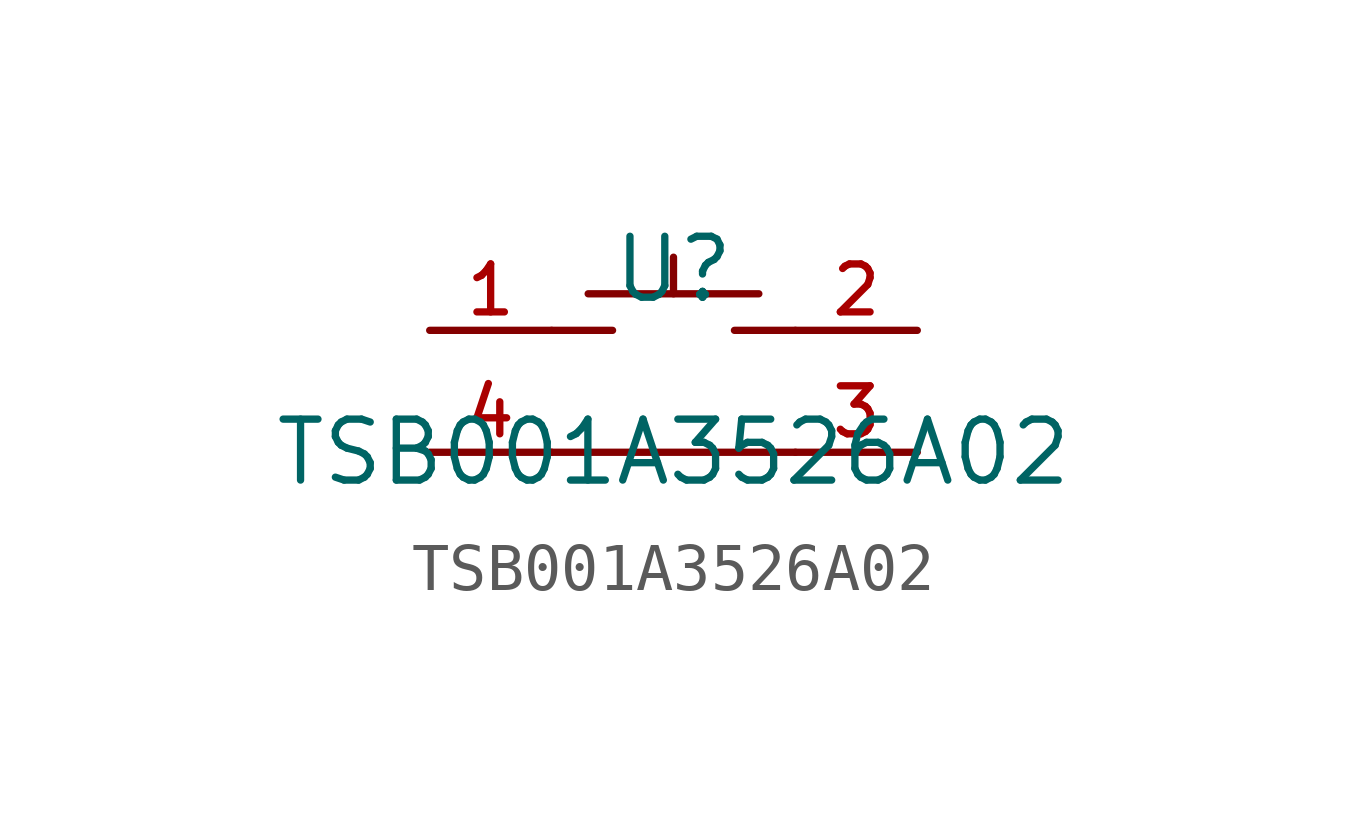
<source format=kicad_sym>
(kicad_symbol_lib
  (version 20210201)
  (generator TousstNicolas/JLC2KiCad_lib)
  (symbol "TSB001A3526A02"
    (pin_names hide)
    (property "Reference" "U"
      (at 0 1.27 0)
      (effects (font (size 1.27 1.27))))
    (property "Value" "TSB001A3526A02"
      (at 0 -2.54 0)
      (effects (font (size 1.27 1.27))))
    (symbol "TSB001A3526A02_0_1"
      (polyline (pts (xy 0.0 1.524) (xy 0.0 0.762)) (stroke (width 0) (type default) (color 0 0 0 0)) (fill (type none)))
      (polyline (pts (xy 2.54 -0.0) (xy 1.27 -0.0)) (stroke (width 0) (type default) (color 0 0 0 0)) (fill (type none)))
      (polyline (pts (xy -1.27 -0.0) (xy -2.54 -0.0)) (stroke (width 0) (type default) (color 0 0 0 0)) (fill (type none)))
      (polyline (pts (xy 2.54 -2.54) (xy -2.54 -2.54)) (stroke (width 0) (type default) (color 0 0 0 0)) (fill (type none)))
      (polyline (pts (xy 1.778 0.762) (xy -1.778 0.762)) (stroke (width 0) (type default) (color 0 0 0 0)) (fill (type none)))
      (pin unspecified line (at -5.08 -0.0 0) (length 2.54) (name "1" (effects (font (size 1 1)))) (number "1" (effects (font (size 1 1)))))
      (pin unspecified line (at 5.08 -0.0 180) (length 2.54) (name "2" (effects (font (size 1 1)))) (number "2" (effects (font (size 1 1)))))
      (pin unspecified line (at 5.08 -2.54 180) (length 2.54) (name "3" (effects (font (size 1 1)))) (number "3" (effects (font (size 1 1)))))
      (pin unspecified line (at -5.08 -2.54 0) (length 2.54) (name "4" (effects (font (size 1 1)))) (number "4" (effects (font (size 1 1))))))))
</source>
